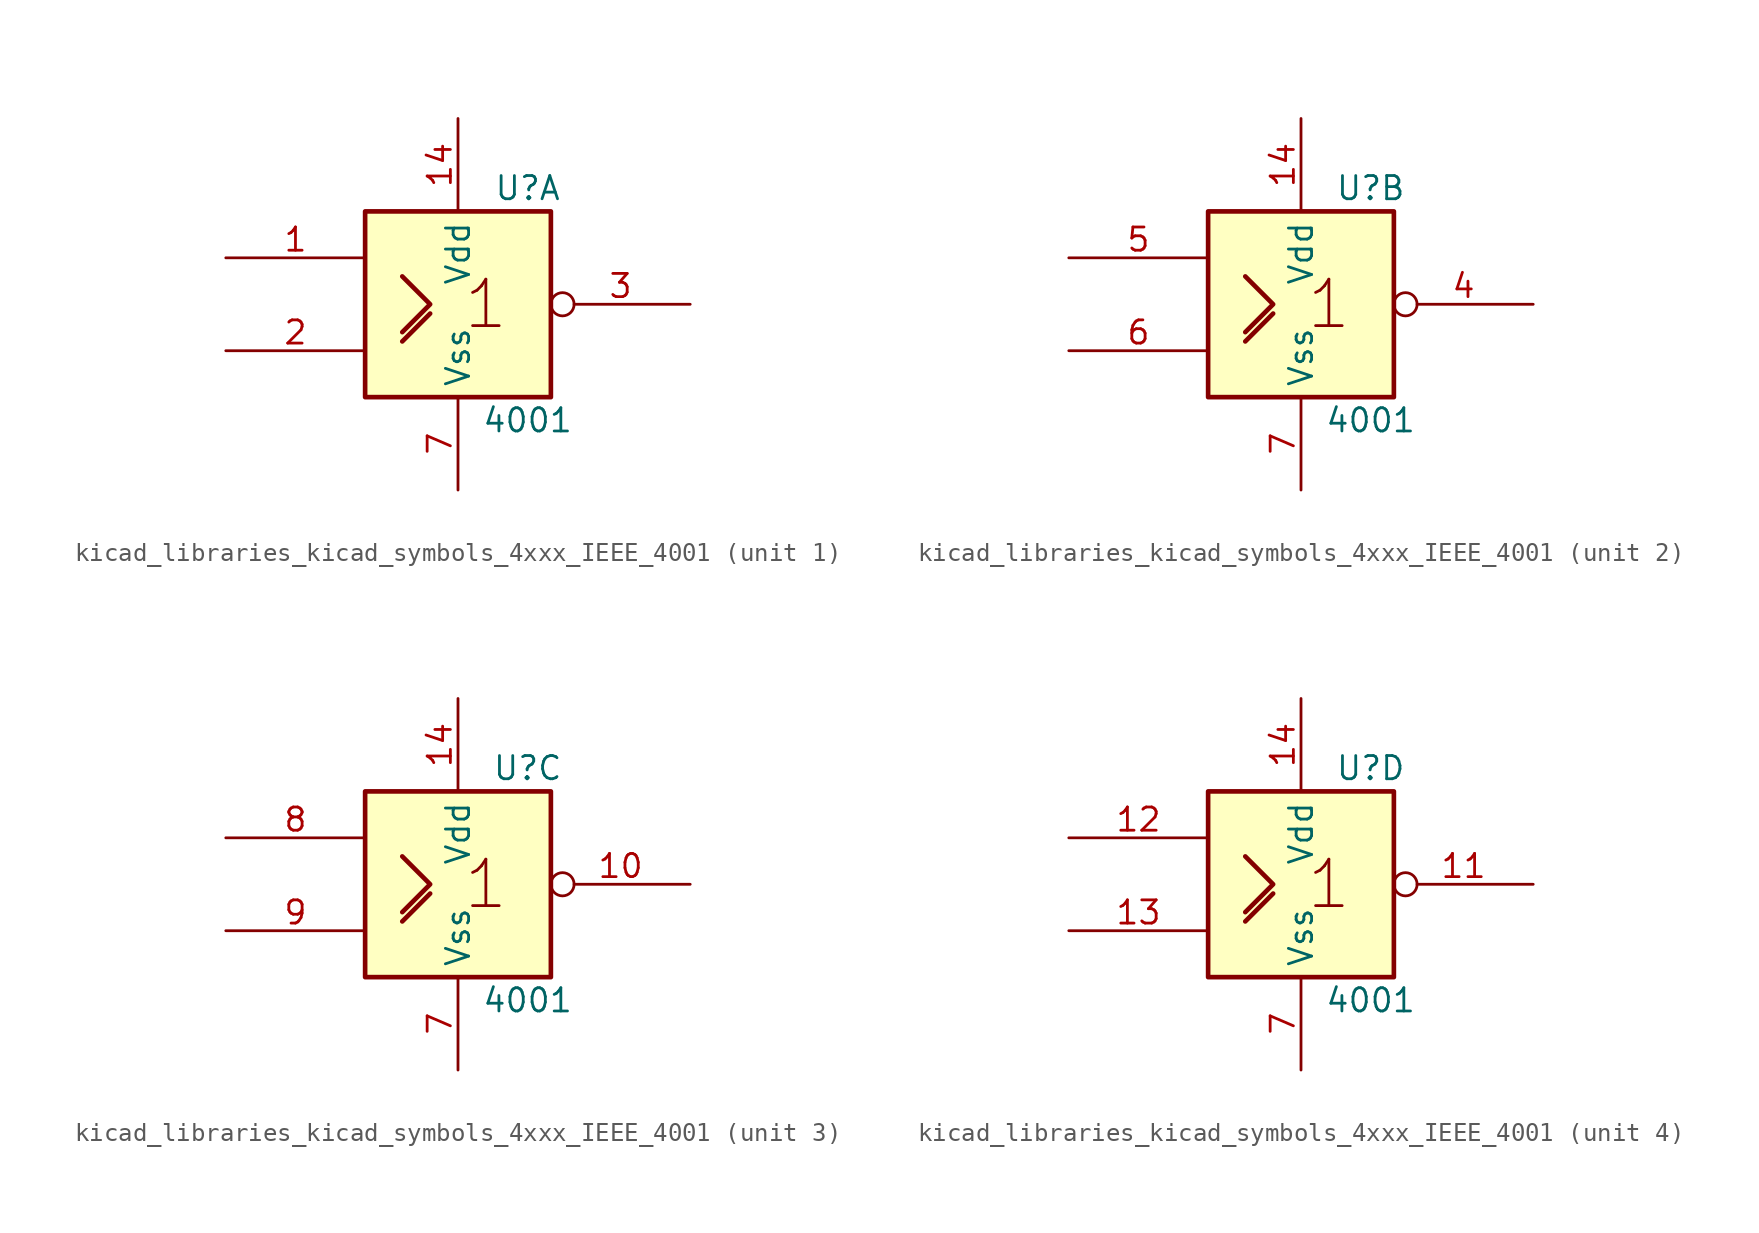
<source format=kicad_sym>
(kicad_symbol_lib
  (version 20220914)
  (generator kicad_symbol_editor)
  (symbol "kicad_libraries_kicad_symbols_4xxx_IEEE_4001"
    (property "Reference" "U"
      (at 3.81 6.35 0)
      (effects (font (size 1.27 1.27))))
    (property "Value" "4001"
      (at 3.81 -6.35 0)
      (effects (font (size 1.27 1.27))))
    (symbol "kicad_libraries_kicad_symbols_4xxx_IEEE_4001_0_0"
      (rectangle (start -5.08 5.08) (end 5.08 -5.08) (stroke (width 0.254) (type default)) (fill (type background)))
      (text "1" (at 1.524 0 0) (effects (font (size 2.54 2.54))))
      (pin power_in line (at 0 10.16 270) (length 5.08) (name "Vdd" (effects (font (size 1.27 1.27)))) (number "14" (effects (font (size 1.27 1.27)))))
      (pin power_in line (at 0 -10.16 90) (length 5.08) (name "Vss" (effects (font (size 1.27 1.27)))) (number "7" (effects (font (size 1.27 1.27))))))
    (symbol "kicad_libraries_kicad_symbols_4xxx_IEEE_4001_0_1"
      (polyline (pts (xy -3.048 -2.032) (xy -1.524 -0.508) (xy -1.524 -0.508)) (stroke (width 0.254) (type default)) (fill (type background)))
      (polyline (pts (xy -3.048 1.524) (xy -1.524 0) (xy -3.048 -1.524) (xy -3.048 -1.524)) (stroke (width 0.254) (type default)) (fill (type background))))
    (symbol "kicad_libraries_kicad_symbols_4xxx_IEEE_4001_1_1"
      (pin input line (at -12.7 2.54 0) (length 7.62) (name "~" (effects (font (size 1.27 1.27)))) (number "1" (effects (font (size 1.27 1.27)))))
      (pin input line (at -12.7 -2.54 0) (length 7.62) (name "~" (effects (font (size 1.27 1.27)))) (number "2" (effects (font (size 1.27 1.27)))))
      (pin output inverted (at 12.7 0 180) (length 7.62) (name "~" (effects (font (size 1.27 1.27)))) (number "3" (effects (font (size 1.27 1.27))))))
    (symbol "kicad_libraries_kicad_symbols_4xxx_IEEE_4001_2_1"
      (pin output inverted (at 12.7 0 180) (length 7.62) (name "~" (effects (font (size 1.27 1.27)))) (number "4" (effects (font (size 1.27 1.27)))))
      (pin input line (at -12.7 2.54 0) (length 7.62) (name "~" (effects (font (size 1.27 1.27)))) (number "5" (effects (font (size 1.27 1.27)))))
      (pin input line (at -12.7 -2.54 0) (length 7.62) (name "~" (effects (font (size 1.27 1.27)))) (number "6" (effects (font (size 1.27 1.27))))))
    (symbol "kicad_libraries_kicad_symbols_4xxx_IEEE_4001_3_1"
      (pin output inverted (at 12.7 0 180) (length 7.62) (name "~" (effects (font (size 1.27 1.27)))) (number "10" (effects (font (size 1.27 1.27)))))
      (pin input line (at -12.7 2.54 0) (length 7.62) (name "~" (effects (font (size 1.27 1.27)))) (number "8" (effects (font (size 1.27 1.27)))))
      (pin input line (at -12.7 -2.54 0) (length 7.62) (name "~" (effects (font (size 1.27 1.27)))) (number "9" (effects (font (size 1.27 1.27))))))
    (symbol "kicad_libraries_kicad_symbols_4xxx_IEEE_4001_4_1"
      (pin output inverted (at 12.7 0 180) (length 7.62) (name "~" (effects (font (size 1.27 1.27)))) (number "11" (effects (font (size 1.27 1.27)))))
      (pin input line (at -12.7 2.54 0) (length 7.62) (name "~" (effects (font (size 1.27 1.27)))) (number "12" (effects (font (size 1.27 1.27)))))
      (pin input line (at -12.7 -2.54 0) (length 7.62) (name "~" (effects (font (size 1.27 1.27)))) (number "13" (effects (font (size 1.27 1.27))))))))
</source>
